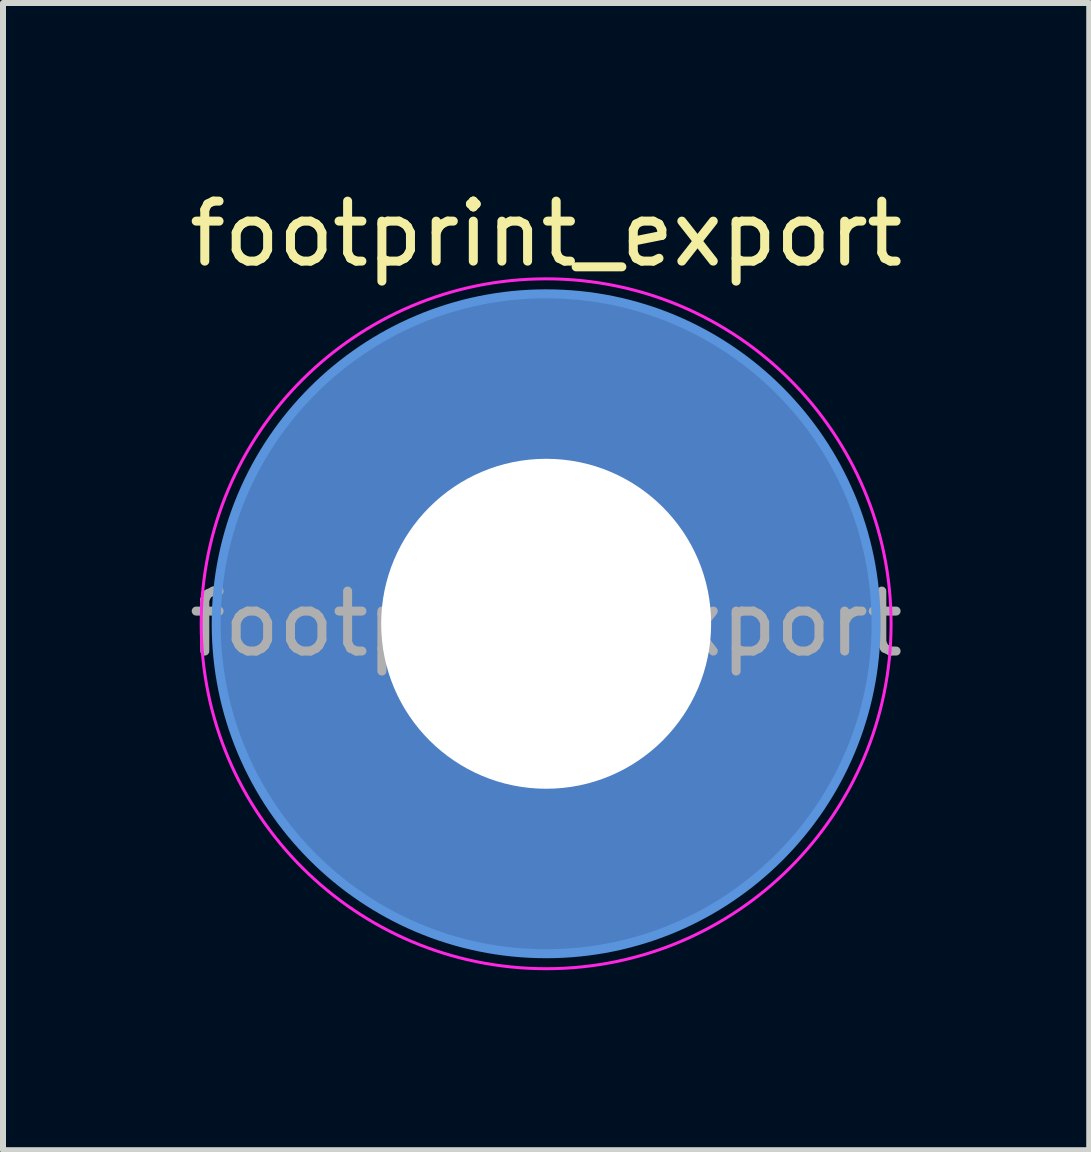
<source format=kicad_pcb>
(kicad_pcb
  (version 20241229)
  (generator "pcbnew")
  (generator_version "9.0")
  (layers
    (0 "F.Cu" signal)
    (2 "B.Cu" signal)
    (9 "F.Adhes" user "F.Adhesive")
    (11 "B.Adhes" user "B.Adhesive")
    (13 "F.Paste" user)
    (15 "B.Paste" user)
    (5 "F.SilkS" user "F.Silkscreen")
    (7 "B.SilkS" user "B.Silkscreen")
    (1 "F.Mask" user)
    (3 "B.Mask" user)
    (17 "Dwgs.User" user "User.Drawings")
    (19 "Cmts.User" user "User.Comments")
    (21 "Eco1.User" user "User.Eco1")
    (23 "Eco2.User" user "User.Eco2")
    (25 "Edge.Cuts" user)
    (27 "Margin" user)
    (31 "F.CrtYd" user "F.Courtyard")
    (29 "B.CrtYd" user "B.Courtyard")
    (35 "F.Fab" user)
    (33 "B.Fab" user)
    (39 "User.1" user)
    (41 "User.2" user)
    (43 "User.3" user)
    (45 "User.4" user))
  (footprint "footprint_export"
    (layer "F.Cu")
    (at 6.054 7.348)
    (property "Reference" "footprint_export" (at 0 -6.5 0) (layer "F.SilkS") (effects (font (size 1 1) (thickness 0.15))))
    (attr exclude_from_pos_files exclude_from_bom)
    (fp_circle (center 0 0) (end 5.5 0) (stroke (width 0.15) (type solid)) (fill no) (layer "Cmts.User"))
    (fp_circle (center 0 0) (end 5.75 0) (stroke (width 0.05) (type solid)) (fill no) (layer "F.CrtYd"))
    (fp_text user "${REFERENCE}" (at 0 0 0) (layer "F.Fab") (effects (font (size 1 1) (thickness 0.15))))
    (pad "1" thru_hole circle (at 0 0) (size 5.9 5.9) (drill 5.5) (layers "*.Cu" "*.Mask"))
    (pad "1" connect circle (at 0 0) (size 11 11) (layers "F.Cu" "F.Mask"))
    (pad "1" connect circle (at 0 0) (size 11 11) (layers "B.Cu" "B.Mask")))
  (gr_rect
    (start -3 -3)
    (end 15.107 16.123)
    (stroke (width 0.1) (type default))
    (fill no)
    (layer "Edge.Cuts")))
</source>
